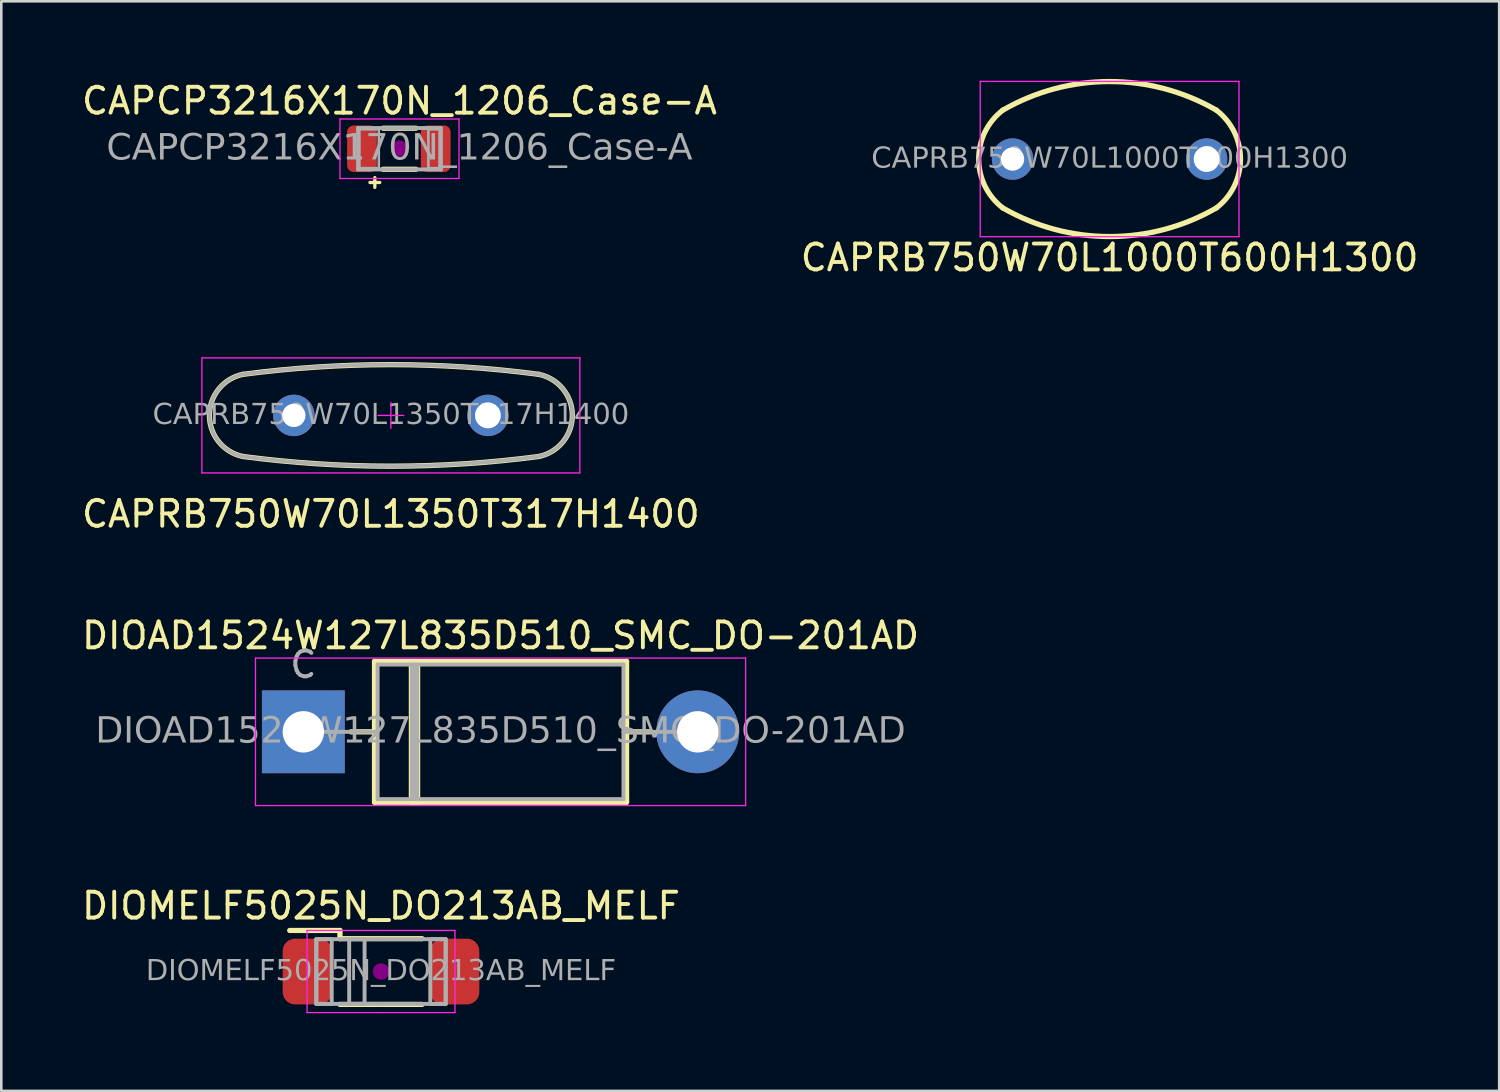
<source format=kicad_pcb>
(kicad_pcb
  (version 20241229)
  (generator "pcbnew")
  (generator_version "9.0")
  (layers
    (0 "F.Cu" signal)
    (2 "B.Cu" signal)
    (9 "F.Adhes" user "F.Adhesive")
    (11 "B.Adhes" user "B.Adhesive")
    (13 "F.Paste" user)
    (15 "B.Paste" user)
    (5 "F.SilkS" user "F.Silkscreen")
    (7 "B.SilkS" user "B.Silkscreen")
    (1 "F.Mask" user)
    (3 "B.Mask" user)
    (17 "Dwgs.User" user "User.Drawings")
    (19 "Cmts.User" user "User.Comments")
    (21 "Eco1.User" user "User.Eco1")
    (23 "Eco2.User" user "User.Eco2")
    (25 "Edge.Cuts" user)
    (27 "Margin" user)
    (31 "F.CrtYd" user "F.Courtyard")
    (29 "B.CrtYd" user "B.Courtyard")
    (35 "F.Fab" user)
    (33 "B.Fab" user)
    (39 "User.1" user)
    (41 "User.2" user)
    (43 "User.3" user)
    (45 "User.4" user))
  (footprint "DIOAD1524W127L835D510_SMC_DO-201AD"
    (layer "F.Cu")
    (at 16.292 25.229)
    (property "Reference" "DIOAD1524W127L835D510_SMC_DO-201AD" (at 0 -3.72 0) (layer "F.SilkS") (effects (font (size 1 1) (thickness 0.15))))
    (attr through_hole)
    (fp_line (start -5.78 0) (end -4.87 0) (stroke (width 0.203) (type solid)) (layer "F.SilkS"))
    (fp_line (start -4.87 -2.72) (end -4.87 2.72) (stroke (width 0.203) (type solid)) (layer "F.SilkS"))
    (fp_line (start -4.87 2.72) (end 4.87 2.72) (stroke (width 0.203) (type solid)) (layer "F.SilkS"))
    (fp_line (start -3.445 -2.72) (end -3.445 2.72) (stroke (width 0.203) (type solid)) (layer "F.SilkS"))
    (fp_line (start -3.325 -2.72) (end -3.325 2.72) (stroke (width 0.203) (type solid)) (layer "F.SilkS"))
    (fp_line (start -3.205 -2.72) (end -3.205 2.72) (stroke (width 0.203) (type solid)) (layer "F.SilkS"))
    (fp_line (start 4.87 -2.72) (end -4.87 -2.72) (stroke (width 0.203) (type solid)) (layer "F.SilkS"))
    (fp_line (start 4.87 2.72) (end 4.87 -2.72) (stroke (width 0.203) (type solid)) (layer "F.SilkS"))
    (fp_line (start 5.78 0) (end 4.87 0) (stroke (width 0.203) (type solid)) (layer "F.SilkS"))
    (fp_line (start -9.47 -2.85) (end -9.47 2.85) (stroke (width 0.05) (type solid)) (layer "F.CrtYd"))
    (fp_line (start -9.47 2.85) (end 9.47 2.85) (stroke (width 0.05) (type solid)) (layer "F.CrtYd"))
    (fp_line (start 9.47 -2.85) (end -9.47 -2.85) (stroke (width 0.05) (type solid)) (layer "F.CrtYd"))
    (fp_line (start 9.47 2.85) (end 9.47 -2.85) (stroke (width 0.05) (type solid)) (layer "F.CrtYd"))
    (fp_line (start -7.62 0) (end -4.75 0) (stroke (width 0.152) (type solid)) (layer "F.Fab"))
    (fp_line (start -4.75 -2.6) (end -4.75 2.6) (stroke (width 0.152) (type solid)) (layer "F.Fab"))
    (fp_line (start -4.75 2.6) (end 4.75 2.6) (stroke (width 0.152) (type solid)) (layer "F.Fab"))
    (fp_line (start -3.425 -2.6) (end -3.425 2.6) (stroke (width 0.152) (type solid)) (layer "F.Fab"))
    (fp_line (start -3.325 -2.6) (end -3.325 2.6) (stroke (width 0.152) (type solid)) (layer "F.Fab"))
    (fp_line (start -3.225 -2.6) (end -3.225 2.6) (stroke (width 0.152) (type solid)) (layer "F.Fab"))
    (fp_line (start 4.75 -2.6) (end -4.75 -2.6) (stroke (width 0.152) (type solid)) (layer "F.Fab"))
    (fp_line (start 4.75 2.6) (end 4.75 -2.6) (stroke (width 0.152) (type solid)) (layer "F.Fab"))
    (fp_line (start 7.62 0) (end 4.75 0) (stroke (width 0.152) (type solid)) (layer "F.Fab"))
    (fp_text user "C" (at -7.62 -2.6 0) (layer "F.Fab") (effects (font (size 1 1) (thickness 0.15))))
    (fp_text user "${REFERENCE}" (at 0 0 0) (layer "F.Fab") (effects (font (face "Tahoma") (size 1 1) (thickness 0.15))))
    (pad "1" thru_hole rect (at -7.62 0) (size 3.2 3.2) (drill 1.6) (layers "*.Cu" "*.Mask"))
    (pad "2" thru_hole oval (at 7.62 0) (size 3.2 3.2) (drill 1.6) (layers "*.Cu" "*.Mask")))
  (footprint "CAPCP3216X170N_1206_Case-A"
    (layer "F.Cu")
    (at 12.387 2.698)
    (property "Reference" "CAPCP3216X170N_1206_Case-A" (at 0 -1.85 0) (layer "F.SilkS") (effects (font (size 1 1) (thickness 0.15))))
    (attr smd)
    (fp_line (start -0.635 -0.794) (end 0.635 -0.794) (stroke (width 0.203) (type solid)) (layer "F.SilkS"))
    (fp_line (start -0.635 0.794) (end 0.635 0.794) (stroke (width 0.203) (type solid)) (layer "F.SilkS"))
    (fp_circle (center 0 0) (end 0.318 0) (stroke (width 0) (type solid)) (fill yes) (layer "F.Adhes"))
    (fp_line (start -2.3 -1.15) (end 2.3 -1.15) (stroke (width 0.05) (type solid)) (layer "F.CrtYd"))
    (fp_line (start -2.3 1.15) (end -2.3 -1.15) (stroke (width 0.05) (type solid)) (layer "F.CrtYd"))
    (fp_line (start 2.3 -1.15) (end 2.3 1.15) (stroke (width 0.05) (type solid)) (layer "F.CrtYd"))
    (fp_line (start 2.3 1.15) (end -2.3 1.15) (stroke (width 0.05) (type solid)) (layer "F.CrtYd"))
    (fp_line (start -1.6 -0.8) (end 1.6 -0.8) (stroke (width 0.152) (type solid)) (layer "F.Fab"))
    (fp_line (start -1.6 0.8) (end -1.6 -0.8) (stroke (width 0.152) (type solid)) (layer "F.Fab"))
    (fp_line (start 1.6 -0.8) (end 1.6 0.8) (stroke (width 0.152) (type solid)) (layer "F.Fab"))
    (fp_line (start 1.6 0.8) (end -1.6 0.8) (stroke (width 0.152) (type solid)) (layer "F.Fab"))
    (fp_rect (start -0.8 0.75) (end -1.55 -0.75) (stroke (width 0.1) (type solid)) (fill no) (layer "F.Fab"))
    (fp_rect (start 1.117 -0.75) (end 1.55 0.75) (stroke (width 0.1) (type solid)) (fill no) (layer "F.Fab"))
    (fp_text user "+" (at -0.953 1.27 0) (unlocked yes) (layer "F.SilkS") (effects (font (size 0.5 0.5) (thickness 0.125))))
    (fp_text user "${REFERENCE}" (at 0 0 0) (layer "F.Fab") (effects (font (face "Tahoma") (size 1 1) (thickness 0.15))))
    (pad "1" smd roundrect (at -1.45 0) (size 1.15 1.8) (layers "F.Cu" "F.Mask" "F.Paste") (roundrect_rratio 0.217))
    (pad "2" smd roundrect (at 1.4 0) (size 1.15 1.8) (layers "F.Cu" "F.Mask" "F.Paste") (roundrect_rratio 0.217)))
  (footprint "CAPRB750W70L1350T317H1400"
    (layer "F.Cu")
    (at 12.054 13.002)
    (property "Reference" "CAPRB750W70L1350T317H1400" (at 0 3.81 0) (layer "F.SilkS") (effects (font (size 1 1) (thickness 0.15))))
    (attr through_hole)
    (fp_arc (start -5.715 -1.5875) (mid 0 -1.962081) (end 5.715 -1.5875) (stroke (width 0.2032) (type default)) (layer "F.SilkS"))
    (fp_arc (start -5.715 1.5875) (mid -7.012042 0) (end -5.715 -1.5875) (stroke (width 0.2032) (type default)) (layer "F.SilkS"))
    (fp_arc (start 5.715 -1.5875) (mid 7.012042 0) (end 5.715 1.5875) (stroke (width 0.2032) (type default)) (layer "F.SilkS"))
    (fp_arc (start 5.715 1.5875) (mid 0 1.962081) (end -5.715 1.5875) (stroke (width 0.2032) (type default)) (layer "F.SilkS"))
    (fp_line (start -7.303 -2.223) (end -7.303 2.223) (stroke (width 0.05) (type solid)) (layer "F.CrtYd"))
    (fp_line (start -7.303 -2.223) (end 7.303 -2.223) (stroke (width 0.05) (type solid)) (layer "F.CrtYd"))
    (fp_line (start -7.303 2.223) (end 7.303 2.223) (stroke (width 0.05) (type solid)) (layer "F.CrtYd"))
    (fp_line (start -0.5 0) (end 0.5 0) (stroke (width 0.05) (type default)) (layer "F.CrtYd"))
    (fp_line (start 0 0.5) (end 0 -0.5) (stroke (width 0.05) (type default)) (layer "F.CrtYd"))
    (fp_line (start 7.303 -2.223) (end 7.303 2.223) (stroke (width 0.05) (type solid)) (layer "F.CrtYd"))
    (fp_arc (start -5.715 -1.5875) (mid 0 -1.962081) (end 5.715 -1.5875) (stroke (width 0.1524) (type default)) (layer "F.Fab"))
    (fp_arc (start -5.715 1.5875) (mid -7.012042 0) (end -5.715 -1.5875) (stroke (width 0.1524) (type solid)) (layer "F.Fab"))
    (fp_arc (start 5.715 -1.5875) (mid 7.012042 0) (end 5.715 1.5875) (stroke (width 0.1524) (type solid)) (layer "F.Fab"))
    (fp_arc (start 5.715 1.5875) (mid 0 1.962081) (end -5.715 1.5875) (stroke (width 0.1524) (type default)) (layer "F.Fab"))
    (fp_text user "${REFERENCE}" (at 0 0 0) (layer "F.Fab") (effects (font (face "Tahoma") (size 0.8 0.8) (thickness 0.12))))
    (pad "1" thru_hole circle (at -3.75 0) (size 1.6 1.6) (drill 0.9) (layers "*.Cu" "*.Mask"))
    (pad "2" thru_hole circle (at 3.75 0) (size 1.6 1.6) (drill 1) (layers "*.Cu" "*.Mask")))
  (footprint "CAPRB750W70L1000T600H1300"
    (layer "F.Cu")
    (at 39.827 3.096)
    (property "Reference" "CAPRB750W70L1000T600H1300" (at 0 3.81 0) (layer "F.SilkS") (effects (font (size 1 1) (thickness 0.15))))
    (attr through_hole)
    (fp_arc (start -4.126473 -1.888981) (mid 0 -2.994666) (end 4.126473 -1.888981) (stroke (width 0.2032) (type default)) (layer "F.SilkS"))
    (fp_arc (start -4.126473 1.888981) (mid -5.058015 0) (end -4.126473 -1.888981) (stroke (width 0.2032) (type default)) (layer "F.SilkS"))
    (fp_arc (start 4.126473 -1.888981) (mid 5.058015 0) (end 4.126473 1.888981) (stroke (width 0.2032) (type default)) (layer "F.SilkS"))
    (fp_arc (start 4.126473 1.888981) (mid 0 2.994666) (end -4.126473 1.888981) (stroke (width 0.2032) (type default)) (layer "F.SilkS"))
    (fp_line (start -5 -3) (end -5 3) (stroke (width 0.05) (type solid)) (layer "F.CrtYd"))
    (fp_line (start -5 -3) (end 5 -3) (stroke (width 0.05) (type solid)) (layer "F.CrtYd"))
    (fp_line (start -5 3) (end 5 3) (stroke (width 0.05) (type solid)) (layer "F.CrtYd"))
    (fp_line (start 5 -3) (end 5 3) (stroke (width 0.05) (type solid)) (layer "F.CrtYd"))
    (fp_text user "${REFERENCE}" (at 0 0 0) (layer "F.Fab") (effects (font (face "Tahoma") (size 0.8 0.8) (thickness 0.12))))
    (pad "1" thru_hole circle (at -3.75 0) (size 1.6 1.6) (drill 0.9) (layers "*.Cu" "*.Mask"))
    (pad "2" thru_hole circle (at 3.75 0) (size 1.6 1.6) (drill 1) (layers "*.Cu" "*.Mask")))
  (footprint "DIOMELF5025N_DO213AB_MELF"
    (layer "F.Cu")
    (at 11.673 34.492)
    (property "Reference" "DIOMELF5025N_DO213AB_MELF" (at 0 -2.54 0) (layer "F.SilkS") (effects (font (size 1 1) (thickness 0.15))))
    (attr smd)
    (fp_line (start -1.587 -1.587) (end -3.527 -1.587) (stroke (width 0.203) (type solid)) (layer "F.SilkS"))
    (fp_line (start -1.587 -1.27) (end -1.587 -1.587) (stroke (width 0.203) (type solid)) (layer "F.SilkS"))
    (fp_line (start 1.587 -1.27) (end -1.587 -1.27) (stroke (width 0.203) (type solid)) (layer "F.SilkS"))
    (fp_line (start 1.587 1.27) (end -1.587 1.27) (stroke (width 0.203) (type solid)) (layer "F.SilkS"))
    (fp_circle (center 0 0) (end 0.318 0) (stroke (width 0) (type solid)) (fill yes) (layer "F.Adhes"))
    (fp_line (start -2.857 -1.587) (end 0 -1.587) (stroke (width 0.05) (type solid)) (layer "F.CrtYd"))
    (fp_line (start -2.857 1.587) (end -2.857 -1.587) (stroke (width 0.05) (type solid)) (layer "F.CrtYd"))
    (fp_line (start 0 -1.587) (end 2.857 -1.587) (stroke (width 0.05) (type solid)) (layer "F.CrtYd"))
    (fp_line (start 0 1.587) (end -2.857 1.587) (stroke (width 0.05) (type solid)) (layer "F.CrtYd"))
    (fp_line (start 2.857 -1.587) (end 2.857 1.587) (stroke (width 0.05) (type solid)) (layer "F.CrtYd"))
    (fp_line (start 2.857 1.587) (end 0 1.587) (stroke (width 0.05) (type solid)) (layer "F.CrtYd"))
    (fp_line (start -2.5 1.25) (end -2.5 -1.25) (stroke (width 0.152) (type solid)) (layer "F.Fab"))
    (fp_line (start -2.5 1.25) (end 0 1.25) (stroke (width 0.152) (type solid)) (layer "F.Fab"))
    (fp_line (start 0 -1.25) (end -2.5 -1.25) (stroke (width 0.152) (type solid)) (layer "F.Fab"))
    (fp_line (start 0 1.25) (end 2.5 1.25) (stroke (width 0.152) (type solid)) (layer "F.Fab"))
    (fp_line (start 2.5 -1.25) (end 0 -1.25) (stroke (width 0.152) (type solid)) (layer "F.Fab"))
    (fp_line (start 2.5 -1.25) (end 2.5 1.25) (stroke (width 0.152) (type solid)) (layer "F.Fab"))
    (fp_rect (start -2.5 -1.25) (end -1.905 1.25) (stroke (width 0.152) (type solid)) (fill no) (layer "F.Fab"))
    (fp_rect (start -1.23 -1.25) (end -0.635 1.25) (stroke (width 0.152) (type solid)) (fill no) (layer "F.Fab"))
    (fp_rect (start 2.5 1.25) (end 1.905 -1.25) (stroke (width 0.152) (type solid)) (fill no) (layer "F.Fab"))
    (fp_text user "${REFERENCE}" (at 0 0 0) (layer "F.Fab") (effects (font (face "Tahoma") (size 0.8 0.8) (thickness 0.12))))
    (pad "1" smd roundrect (at -2.85 0) (size 1.9 2.54) (layers "F.Cu" "F.Mask" "F.Paste") (roundrect_rratio 0.25))
    (pad "2" smd roundrect (at 2.85 0) (size 1.9 2.54) (layers "F.Cu" "F.Mask" "F.Paste") (roundrect_rratio 0.25)))
  (gr_rect
    (start -3 -3)
    (end 54.881 39.104)
    (stroke (width 0.1) (type default))
    (fill no)
    (layer "Edge.Cuts")))
</source>
